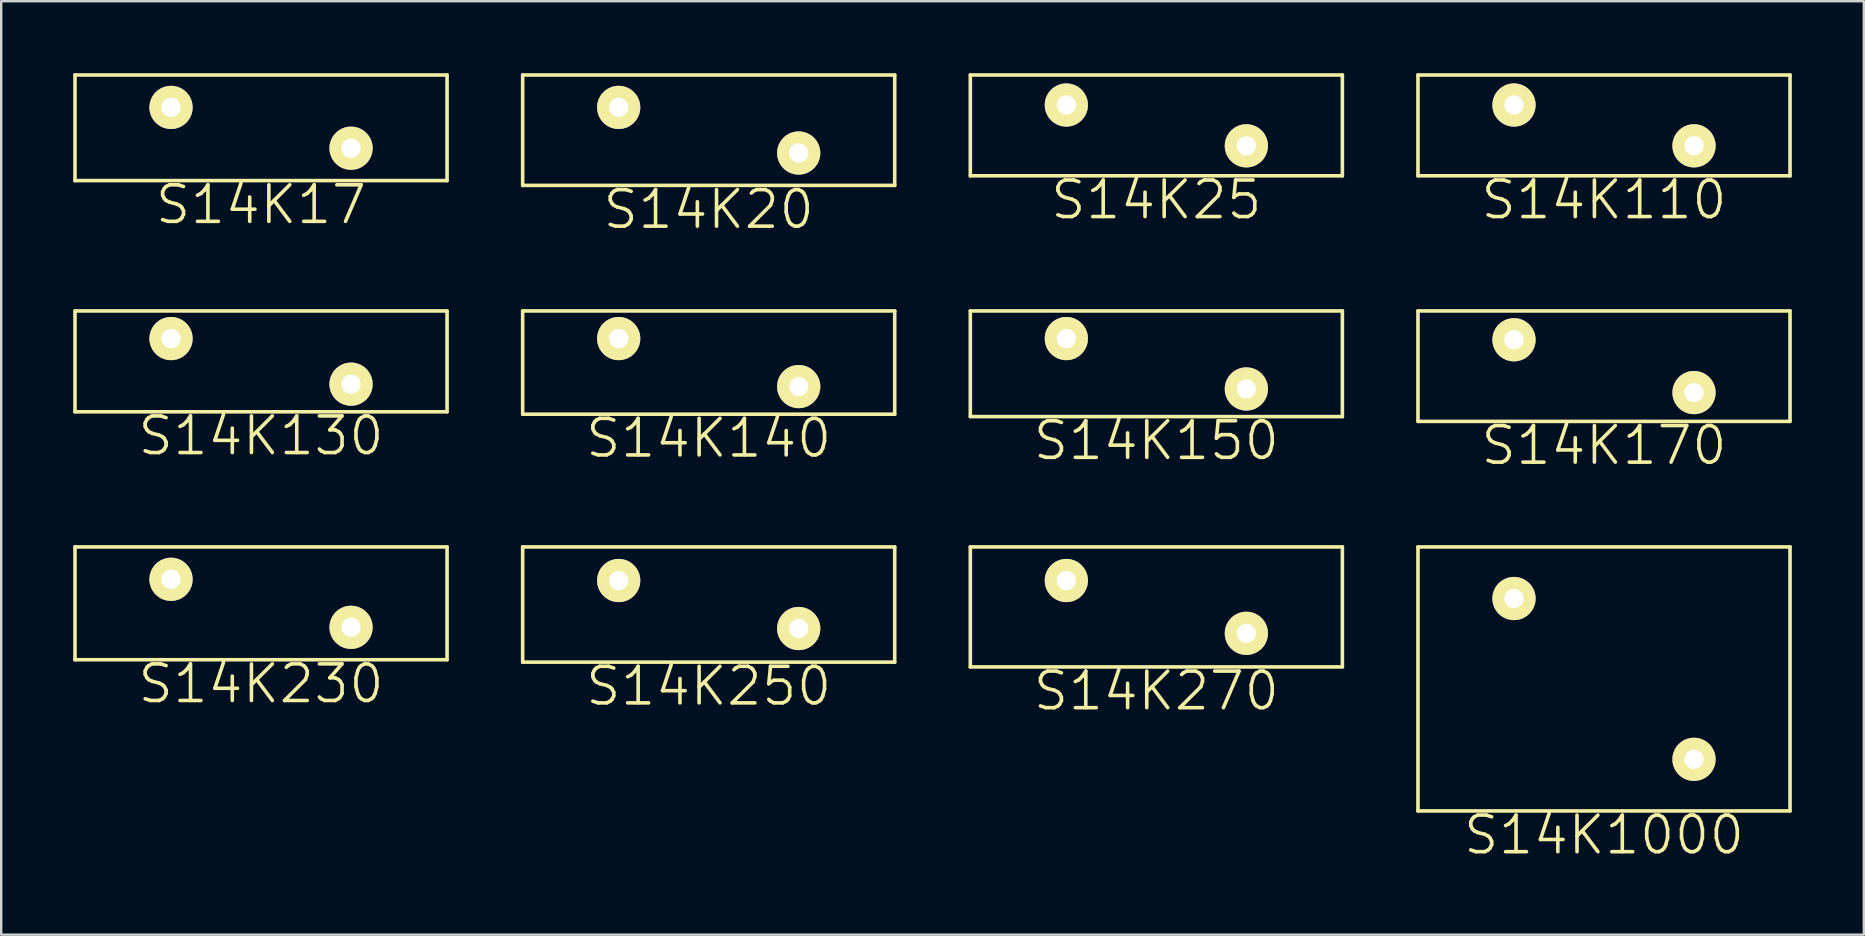
<source format=kicad_pcb>
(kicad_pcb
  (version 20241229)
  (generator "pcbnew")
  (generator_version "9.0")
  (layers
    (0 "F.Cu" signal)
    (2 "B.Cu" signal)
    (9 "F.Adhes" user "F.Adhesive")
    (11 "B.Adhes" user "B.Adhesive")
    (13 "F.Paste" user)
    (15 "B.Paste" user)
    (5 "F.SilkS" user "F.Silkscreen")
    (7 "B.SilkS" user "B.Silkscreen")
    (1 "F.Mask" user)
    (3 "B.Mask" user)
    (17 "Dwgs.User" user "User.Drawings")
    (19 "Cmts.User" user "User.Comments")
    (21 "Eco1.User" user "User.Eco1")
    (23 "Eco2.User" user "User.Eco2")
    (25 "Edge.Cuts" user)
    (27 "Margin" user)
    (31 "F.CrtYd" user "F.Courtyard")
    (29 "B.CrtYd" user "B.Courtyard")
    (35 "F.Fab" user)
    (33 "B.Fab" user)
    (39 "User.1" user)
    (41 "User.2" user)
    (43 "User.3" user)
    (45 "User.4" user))
  (footprint "S14K230"
    (layer "F.Cu")
    (at 4.075 21.085)
    (property "Reference" "S14K230" (at 3.75 4.35 0) (layer "F.SilkS") (effects (font (size 1.524 1.524) (thickness 0.15))))
    (attr through_hole)
    (fp_line (start -4 -1.35) (end -4 3.35) (stroke (width 0.15) (type solid)) (layer "F.SilkS"))
    (fp_line (start -4 -1.35) (end 11.5 -1.35) (stroke (width 0.15) (type solid)) (layer "F.SilkS"))
    (fp_line (start -4 3.35) (end 11.5 3.35) (stroke (width 0.15) (type solid)) (layer "F.SilkS"))
    (fp_line (start 11.5 -1.35) (end 11.5 3.35) (stroke (width 0.15) (type solid)) (layer "F.SilkS"))
    (pad "1" thru_hole circle (at 0 0) (size 1.8 1.8) (drill 0.8) (layers "*.Cu" "*.Mask" "F.SilkS"))
    (pad "2" thru_hole circle (at 7.5 2) (size 1.8 1.8) (drill 0.8) (layers "*.Cu" "*.Mask" "F.SilkS")))
  (footprint "S14K130"
    (layer "F.Cu")
    (at 4.075 11.055)
    (property "Reference" "S14K130" (at 3.75 4.05 0) (layer "F.SilkS") (effects (font (size 1.524 1.524) (thickness 0.15))))
    (attr through_hole)
    (fp_line (start -4 -1.15) (end -4 3.05) (stroke (width 0.15) (type solid)) (layer "F.SilkS"))
    (fp_line (start -4 -1.15) (end 11.5 -1.15) (stroke (width 0.15) (type solid)) (layer "F.SilkS"))
    (fp_line (start -4 3.05) (end 11.5 3.05) (stroke (width 0.15) (type solid)) (layer "F.SilkS"))
    (fp_line (start 11.5 -1.15) (end 11.5 3.05) (stroke (width 0.15) (type solid)) (layer "F.SilkS"))
    (pad "1" thru_hole circle (at 0 0) (size 1.8 1.8) (drill 0.8) (layers "*.Cu" "*.Mask" "F.SilkS"))
    (pad "2" thru_hole circle (at 7.5 1.9) (size 1.8 1.8) (drill 0.8) (layers "*.Cu" "*.Mask" "F.SilkS")))
  (footprint "S14K25"
    (layer "F.Cu")
    (at 41.375 1.325)
    (property "Reference" "S14K25" (at 3.75 3.95 0) (layer "F.SilkS") (effects (font (size 1.524 1.524) (thickness 0.15))))
    (attr through_hole)
    (fp_line (start -4 -1.25) (end -4 2.95) (stroke (width 0.15) (type solid)) (layer "F.SilkS"))
    (fp_line (start -4 -1.25) (end 11.5 -1.25) (stroke (width 0.15) (type solid)) (layer "F.SilkS"))
    (fp_line (start -4 2.95) (end 11.5 2.95) (stroke (width 0.15) (type solid)) (layer "F.SilkS"))
    (fp_line (start 11.5 -1.25) (end 11.5 2.95) (stroke (width 0.15) (type solid)) (layer "F.SilkS"))
    (pad "1" thru_hole circle (at 0 0) (size 1.8 1.8) (drill 0.8) (layers "*.Cu" "*.Mask" "F.SilkS"))
    (pad "2" thru_hole circle (at 7.5 1.7) (size 1.8 1.8) (drill 0.8) (layers "*.Cu" "*.Mask" "F.SilkS")))
  (footprint "S14K150"
    (layer "F.Cu")
    (at 41.375 11.055)
    (property "Reference" "S14K150" (at 3.75 4.25 0) (layer "F.SilkS") (effects (font (size 1.524 1.524) (thickness 0.15))))
    (attr through_hole)
    (fp_line (start -4 -1.15) (end -4 3.25) (stroke (width 0.15) (type solid)) (layer "F.SilkS"))
    (fp_line (start -4 -1.15) (end 11.5 -1.15) (stroke (width 0.15) (type solid)) (layer "F.SilkS"))
    (fp_line (start -4 3.25) (end 11.5 3.25) (stroke (width 0.15) (type solid)) (layer "F.SilkS"))
    (fp_line (start 11.5 -1.15) (end 11.5 3.25) (stroke (width 0.15) (type solid)) (layer "F.SilkS"))
    (pad "1" thru_hole circle (at 0 0) (size 1.8 1.8) (drill 0.8) (layers "*.Cu" "*.Mask" "F.SilkS"))
    (pad "2" thru_hole circle (at 7.5 2.1) (size 1.8 1.8) (drill 0.8) (layers "*.Cu" "*.Mask" "F.SilkS")))
  (footprint "S14K140"
    (layer "F.Cu")
    (at 22.725 11.055)
    (property "Reference" "S14K140" (at 3.75 4.15 0) (layer "F.SilkS") (effects (font (size 1.524 1.524) (thickness 0.15))))
    (attr through_hole)
    (fp_line (start -4 -1.15) (end -4 3.15) (stroke (width 0.15) (type solid)) (layer "F.SilkS"))
    (fp_line (start -4 -1.15) (end 11.5 -1.15) (stroke (width 0.15) (type solid)) (layer "F.SilkS"))
    (fp_line (start -4 3.15) (end 11.5 3.15) (stroke (width 0.15) (type solid)) (layer "F.SilkS"))
    (fp_line (start 11.5 -1.15) (end 11.5 3.15) (stroke (width 0.15) (type solid)) (layer "F.SilkS"))
    (pad "1" thru_hole circle (at 0 0) (size 1.8 1.8) (drill 0.8) (layers "*.Cu" "*.Mask" "F.SilkS"))
    (pad "2" thru_hole circle (at 7.5 2) (size 1.8 1.8) (drill 0.8) (layers "*.Cu" "*.Mask" "F.SilkS")))
  (footprint "S14K17"
    (layer "F.Cu")
    (at 4.075 1.425)
    (property "Reference" "S14K17" (at 3.75 4.05 0) (layer "F.SilkS") (effects (font (size 1.524 1.524) (thickness 0.15))))
    (attr through_hole)
    (fp_line (start -4 -1.35) (end -4 3.05) (stroke (width 0.15) (type solid)) (layer "F.SilkS"))
    (fp_line (start -4 -1.35) (end 11.5 -1.35) (stroke (width 0.15) (type solid)) (layer "F.SilkS"))
    (fp_line (start -4 3.05) (end 11.5 3.05) (stroke (width 0.15) (type solid)) (layer "F.SilkS"))
    (fp_line (start 11.5 -1.35) (end 11.5 3.05) (stroke (width 0.15) (type solid)) (layer "F.SilkS"))
    (pad "1" thru_hole circle (at 0 0) (size 1.8 1.8) (drill 0.8) (layers "*.Cu" "*.Mask" "F.SilkS"))
    (pad "2" thru_hole circle (at 7.5 1.7) (size 1.8 1.8) (drill 0.8) (layers "*.Cu" "*.Mask" "F.SilkS")))
  (footprint "S14K20"
    (layer "F.Cu")
    (at 22.725 1.425)
    (property "Reference" "S14K20" (at 3.75 4.25 0) (layer "F.SilkS") (effects (font (size 1.524 1.524) (thickness 0.15))))
    (attr through_hole)
    (fp_line (start -4 -1.35) (end -4 3.25) (stroke (width 0.15) (type solid)) (layer "F.SilkS"))
    (fp_line (start -4 -1.35) (end 11.5 -1.35) (stroke (width 0.15) (type solid)) (layer "F.SilkS"))
    (fp_line (start -4 3.25) (end 11.5 3.25) (stroke (width 0.15) (type solid)) (layer "F.SilkS"))
    (fp_line (start 11.5 -1.35) (end 11.5 3.25) (stroke (width 0.15) (type solid)) (layer "F.SilkS"))
    (pad "1" thru_hole circle (at 0 0) (size 1.8 1.8) (drill 0.8) (layers "*.Cu" "*.Mask" "F.SilkS"))
    (pad "2" thru_hole circle (at 7.5 1.9) (size 1.8 1.8) (drill 0.8) (layers "*.Cu" "*.Mask" "F.SilkS")))
  (footprint "S14K1000"
    (layer "F.Cu")
    (at 60.025 21.885)
    (property "Reference" "S14K1000" (at 3.75 9.85 0) (layer "F.SilkS") (effects (font (size 1.524 1.524) (thickness 0.15))))
    (attr through_hole)
    (fp_line (start -4 -2.15) (end -4 8.85) (stroke (width 0.15) (type solid)) (layer "F.SilkS"))
    (fp_line (start -4 -2.15) (end 11.5 -2.15) (stroke (width 0.15) (type solid)) (layer "F.SilkS"))
    (fp_line (start -4 8.85) (end 11.5 8.85) (stroke (width 0.15) (type solid)) (layer "F.SilkS"))
    (fp_line (start 11.5 -2.15) (end 11.5 8.85) (stroke (width 0.15) (type solid)) (layer "F.SilkS"))
    (pad "1" thru_hole circle (at 0 0) (size 1.8 1.8) (drill 0.8) (layers "*.Cu" "*.Mask" "F.SilkS"))
    (pad "2" thru_hole circle (at 7.5 6.7) (size 1.8 1.8) (drill 0.8) (layers "*.Cu" "*.Mask" "F.SilkS")))
  (footprint "S14K110"
    (layer "F.Cu")
    (at 60.025 1.325)
    (property "Reference" "S14K110" (at 3.75 3.95 0) (layer "F.SilkS") (effects (font (size 1.524 1.524) (thickness 0.15))))
    (attr through_hole)
    (fp_line (start -4 -1.25) (end -4 2.95) (stroke (width 0.15) (type solid)) (layer "F.SilkS"))
    (fp_line (start -4 -1.25) (end 11.5 -1.25) (stroke (width 0.15) (type solid)) (layer "F.SilkS"))
    (fp_line (start -4 2.95) (end 11.5 2.95) (stroke (width 0.15) (type solid)) (layer "F.SilkS"))
    (fp_line (start 11.5 -1.25) (end 11.5 2.95) (stroke (width 0.15) (type solid)) (layer "F.SilkS"))
    (pad "1" thru_hole circle (at 0 0) (size 1.8 1.8) (drill 0.8) (layers "*.Cu" "*.Mask" "F.SilkS"))
    (pad "2" thru_hole circle (at 7.5 1.7) (size 1.8 1.8) (drill 0.8) (layers "*.Cu" "*.Mask" "F.SilkS")))
  (footprint "S14K170"
    (layer "F.Cu")
    (at 60.025 11.105)
    (property "Reference" "S14K170" (at 3.75 4.4 0) (layer "F.SilkS") (effects (font (size 1.524 1.524) (thickness 0.15))))
    (attr through_hole)
    (fp_line (start -4 -1.2) (end -4 3.4) (stroke (width 0.15) (type solid)) (layer "F.SilkS"))
    (fp_line (start -4 -1.2) (end 11.5 -1.2) (stroke (width 0.15) (type solid)) (layer "F.SilkS"))
    (fp_line (start -4 3.4) (end 11.5 3.4) (stroke (width 0.15) (type solid)) (layer "F.SilkS"))
    (fp_line (start 11.5 -1.2) (end 11.5 3.4) (stroke (width 0.15) (type solid)) (layer "F.SilkS"))
    (pad "1" thru_hole circle (at 0 0) (size 1.8 1.8) (drill 0.8) (layers "*.Cu" "*.Mask" "F.SilkS"))
    (pad "2" thru_hole circle (at 7.5 2.2) (size 1.8 1.8) (drill 0.8) (layers "*.Cu" "*.Mask" "F.SilkS")))
  (footprint "S14K250"
    (layer "F.Cu")
    (at 22.725 21.135)
    (property "Reference" "S14K250" (at 3.75 4.4 0) (layer "F.SilkS") (effects (font (size 1.524 1.524) (thickness 0.15))))
    (attr through_hole)
    (fp_line (start -4 -1.4) (end -4 3.4) (stroke (width 0.15) (type solid)) (layer "F.SilkS"))
    (fp_line (start -4 -1.4) (end 11.5 -1.4) (stroke (width 0.15) (type solid)) (layer "F.SilkS"))
    (fp_line (start -4 3.4) (end 11.5 3.4) (stroke (width 0.15) (type solid)) (layer "F.SilkS"))
    (fp_line (start 11.5 -1.4) (end 11.5 3.4) (stroke (width 0.15) (type solid)) (layer "F.SilkS"))
    (pad "1" thru_hole circle (at 0 0) (size 1.8 1.8) (drill 0.8) (layers "*.Cu" "*.Mask" "F.SilkS"))
    (pad "2" thru_hole circle (at 7.5 2) (size 1.8 1.8) (drill 0.8) (layers "*.Cu" "*.Mask" "F.SilkS")))
  (footprint "S14K270"
    (layer "F.Cu")
    (at 41.375 21.135)
    (property "Reference" "S14K270" (at 3.75 4.6 0) (layer "F.SilkS") (effects (font (size 1.524 1.524) (thickness 0.15))))
    (attr through_hole)
    (fp_line (start -4 -1.4) (end -4 3.6) (stroke (width 0.15) (type solid)) (layer "F.SilkS"))
    (fp_line (start -4 -1.4) (end 11.5 -1.4) (stroke (width 0.15) (type solid)) (layer "F.SilkS"))
    (fp_line (start -4 3.6) (end 11.5 3.6) (stroke (width 0.15) (type solid)) (layer "F.SilkS"))
    (fp_line (start 11.5 -1.4) (end 11.5 3.6) (stroke (width 0.15) (type solid)) (layer "F.SilkS"))
    (pad "1" thru_hole circle (at 0 0) (size 1.8 1.8) (drill 0.8) (layers "*.Cu" "*.Mask" "F.SilkS"))
    (pad "2" thru_hole circle (at 7.5 2.2) (size 1.8 1.8) (drill 0.8) (layers "*.Cu" "*.Mask" "F.SilkS")))
  (gr_rect
    (start -3 -3)
    (end 74.6 35.889)
    (stroke (width 0.1) (type default))
    (fill no)
    (layer "Edge.Cuts")))
</source>
